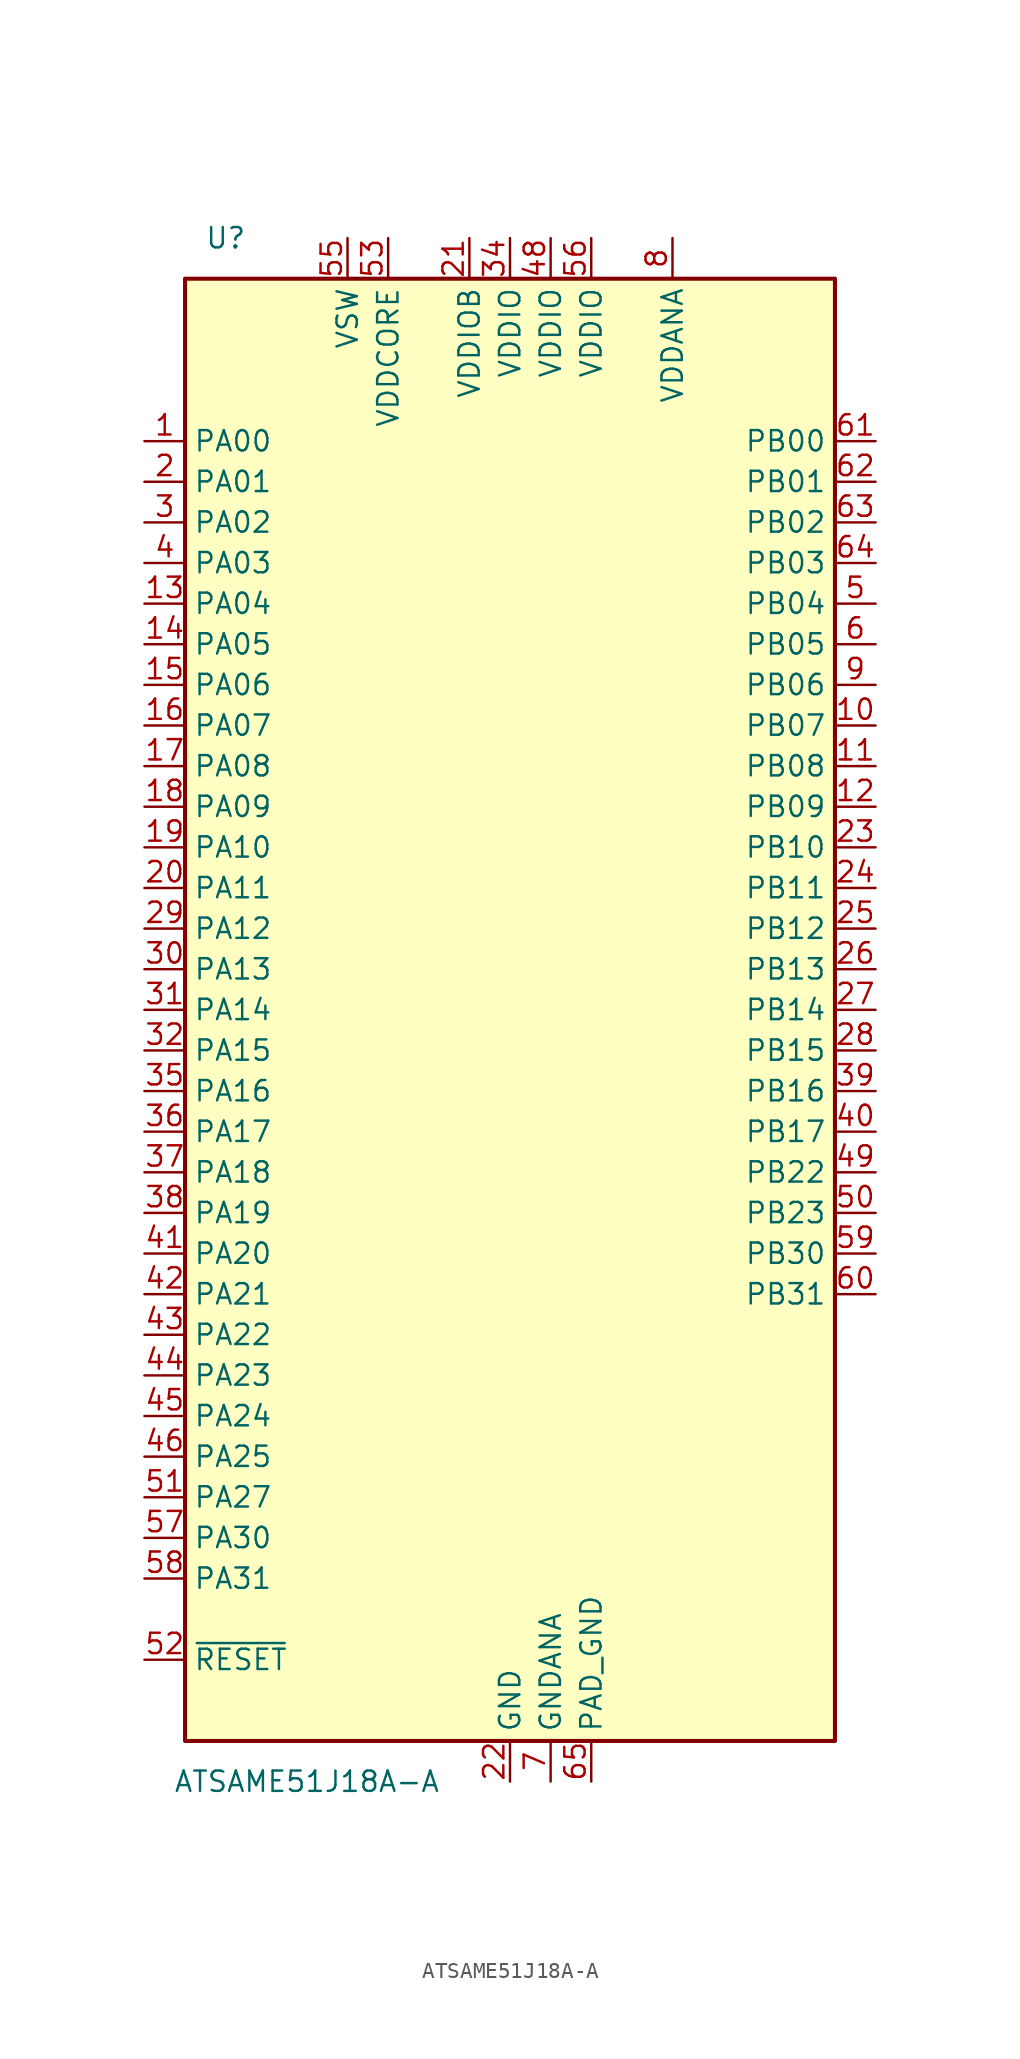
<source format=kicad_sym>
(kicad_symbol_lib
  (version 20220914)
  (generator kicad_symbol_editor)
  (symbol "ATSAME51J18A-A"
    (property "Reference" "U"
      (at -17.78 48.26 0)
      (effects (font (size 1.27 1.27))))
    (property "Value" "ATSAME51J18A-A"
      (at -12.7 -48.26 0)
      (effects (font (size 1.27 1.27))))
    (symbol "ATSAME51J18A-A_0_1"
      (rectangle (start -20.32 45.72) (end 20.32 -45.72) (stroke (width 0.254) (type default)) (fill (type background))))
    (symbol "ATSAME51J18A-A_1_0"
      (pin bidirectional line (at 22.86 27.94 180) (length 2.54) (name "PB03" (effects (font (size 1.27 1.27)))) (number "64" (effects (font (size 1.27 1.27))))))
    (symbol "ATSAME51J18A-A_1_1"
      (pin bidirectional line (at -22.86 35.56 0) (length 2.54) (name "PA00" (effects (font (size 1.27 1.27)))) (number "1" (effects (font (size 1.27 1.27)))))
      (pin bidirectional line (at 22.86 17.78 180) (length 2.54) (name "PB07" (effects (font (size 1.27 1.27)))) (number "10" (effects (font (size 1.27 1.27)))))
      (pin bidirectional line (at 22.86 15.24 180) (length 2.54) (name "PB08" (effects (font (size 1.27 1.27)))) (number "11" (effects (font (size 1.27 1.27)))))
      (pin bidirectional line (at 22.86 12.7 180) (length 2.54) (name "PB09" (effects (font (size 1.27 1.27)))) (number "12" (effects (font (size 1.27 1.27)))))
      (pin bidirectional line (at -22.86 25.4 0) (length 2.54) (name "PA04" (effects (font (size 1.27 1.27)))) (number "13" (effects (font (size 1.27 1.27)))))
      (pin bidirectional line (at -22.86 22.86 0) (length 2.54) (name "PA05" (effects (font (size 1.27 1.27)))) (number "14" (effects (font (size 1.27 1.27)))))
      (pin bidirectional line (at -22.86 20.32 0) (length 2.54) (name "PA06" (effects (font (size 1.27 1.27)))) (number "15" (effects (font (size 1.27 1.27)))))
      (pin bidirectional line (at -22.86 17.78 0) (length 2.54) (name "PA07" (effects (font (size 1.27 1.27)))) (number "16" (effects (font (size 1.27 1.27)))))
      (pin bidirectional line (at -22.86 15.24 0) (length 2.54) (name "PA08" (effects (font (size 1.27 1.27)))) (number "17" (effects (font (size 1.27 1.27)))))
      (pin bidirectional line (at -22.86 12.7 0) (length 2.54) (name "PA09" (effects (font (size 1.27 1.27)))) (number "18" (effects (font (size 1.27 1.27)))))
      (pin bidirectional line (at -22.86 10.16 0) (length 2.54) (name "PA10" (effects (font (size 1.27 1.27)))) (number "19" (effects (font (size 1.27 1.27)))))
      (pin bidirectional line (at -22.86 33.02 0) (length 2.54) (name "PA01" (effects (font (size 1.27 1.27)))) (number "2" (effects (font (size 1.27 1.27)))))
      (pin bidirectional line (at -22.86 7.62 0) (length 2.54) (name "PA11" (effects (font (size 1.27 1.27)))) (number "20" (effects (font (size 1.27 1.27)))))
      (pin power_in line (at -2.54 48.26 270) (length 2.54) (name "VDDIOB" (effects (font (size 1.27 1.27)))) (number "21" (effects (font (size 1.27 1.27)))))
      (pin power_in line (at 0 -48.26 90) (length 2.54) (name "GND" (effects (font (size 1.27 1.27)))) (number "22" (effects (font (size 1.27 1.27)))))
      (pin bidirectional line (at 22.86 10.16 180) (length 2.54) (name "PB10" (effects (font (size 1.27 1.27)))) (number "23" (effects (font (size 1.27 1.27)))))
      (pin bidirectional line (at 22.86 7.62 180) (length 2.54) (name "PB11" (effects (font (size 1.27 1.27)))) (number "24" (effects (font (size 1.27 1.27)))))
      (pin bidirectional line (at 22.86 5.08 180) (length 2.54) (name "PB12" (effects (font (size 1.27 1.27)))) (number "25" (effects (font (size 1.27 1.27)))))
      (pin bidirectional line (at 22.86 2.54 180) (length 2.54) (name "PB13" (effects (font (size 1.27 1.27)))) (number "26" (effects (font (size 1.27 1.27)))))
      (pin bidirectional line (at 22.86 0 180) (length 2.54) (name "PB14" (effects (font (size 1.27 1.27)))) (number "27" (effects (font (size 1.27 1.27)))))
      (pin bidirectional line (at 22.86 -2.54 180) (length 2.54) (name "PB15" (effects (font (size 1.27 1.27)))) (number "28" (effects (font (size 1.27 1.27)))))
      (pin bidirectional line (at -22.86 5.08 0) (length 2.54) (name "PA12" (effects (font (size 1.27 1.27)))) (number "29" (effects (font (size 1.27 1.27)))))
      (pin bidirectional line (at -22.86 30.48 0) (length 2.54) (name "PA02" (effects (font (size 1.27 1.27)))) (number "3" (effects (font (size 1.27 1.27)))))
      (pin bidirectional line (at -22.86 2.54 0) (length 2.54) (name "PA13" (effects (font (size 1.27 1.27)))) (number "30" (effects (font (size 1.27 1.27)))))
      (pin bidirectional line (at -22.86 0 0) (length 2.54) (name "PA14" (effects (font (size 1.27 1.27)))) (number "31" (effects (font (size 1.27 1.27)))))
      (pin bidirectional line (at -22.86 -2.54 0) (length 2.54) (name "PA15" (effects (font (size 1.27 1.27)))) (number "32" (effects (font (size 1.27 1.27)))))
      (pin passive line (at 0 -48.26 90) (length 2.54) hide (name "GND" (effects (font (size 1.27 1.27)))) (number "33" (effects (font (size 1.27 1.27)))))
      (pin power_in line (at 0 48.26 270) (length 2.54) (name "VDDIO" (effects (font (size 1.27 1.27)))) (number "34" (effects (font (size 1.27 1.27)))))
      (pin bidirectional line (at -22.86 -5.08 0) (length 2.54) (name "PA16" (effects (font (size 1.27 1.27)))) (number "35" (effects (font (size 1.27 1.27)))))
      (pin bidirectional line (at -22.86 -7.62 0) (length 2.54) (name "PA17" (effects (font (size 1.27 1.27)))) (number "36" (effects (font (size 1.27 1.27)))))
      (pin bidirectional line (at -22.86 -10.16 0) (length 2.54) (name "PA18" (effects (font (size 1.27 1.27)))) (number "37" (effects (font (size 1.27 1.27)))))
      (pin bidirectional line (at -22.86 -12.7 0) (length 2.54) (name "PA19" (effects (font (size 1.27 1.27)))) (number "38" (effects (font (size 1.27 1.27)))))
      (pin bidirectional line (at 22.86 -5.08 180) (length 2.54) (name "PB16" (effects (font (size 1.27 1.27)))) (number "39" (effects (font (size 1.27 1.27)))))
      (pin bidirectional line (at -22.86 27.94 0) (length 2.54) (name "PA03" (effects (font (size 1.27 1.27)))) (number "4" (effects (font (size 1.27 1.27)))))
      (pin bidirectional line (at 22.86 -7.62 180) (length 2.54) (name "PB17" (effects (font (size 1.27 1.27)))) (number "40" (effects (font (size 1.27 1.27)))))
      (pin bidirectional line (at -22.86 -15.24 0) (length 2.54) (name "PA20" (effects (font (size 1.27 1.27)))) (number "41" (effects (font (size 1.27 1.27)))))
      (pin bidirectional line (at -22.86 -17.78 0) (length 2.54) (name "PA21" (effects (font (size 1.27 1.27)))) (number "42" (effects (font (size 1.27 1.27)))))
      (pin bidirectional line (at -22.86 -20.32 0) (length 2.54) (name "PA22" (effects (font (size 1.27 1.27)))) (number "43" (effects (font (size 1.27 1.27)))))
      (pin bidirectional line (at -22.86 -22.86 0) (length 2.54) (name "PA23" (effects (font (size 1.27 1.27)))) (number "44" (effects (font (size 1.27 1.27)))))
      (pin bidirectional line (at -22.86 -25.4 0) (length 2.54) (name "PA24" (effects (font (size 1.27 1.27)))) (number "45" (effects (font (size 1.27 1.27)))))
      (pin bidirectional line (at -22.86 -27.94 0) (length 2.54) (name "PA25" (effects (font (size 1.27 1.27)))) (number "46" (effects (font (size 1.27 1.27)))))
      (pin passive line (at 0 -48.26 90) (length 2.54) hide (name "GND" (effects (font (size 1.27 1.27)))) (number "47" (effects (font (size 1.27 1.27)))))
      (pin power_in line (at 2.54 48.26 270) (length 2.54) (name "VDDIO" (effects (font (size 1.27 1.27)))) (number "48" (effects (font (size 1.27 1.27)))))
      (pin bidirectional line (at 22.86 -10.16 180) (length 2.54) (name "PB22" (effects (font (size 1.27 1.27)))) (number "49" (effects (font (size 1.27 1.27)))))
      (pin bidirectional line (at 22.86 25.4 180) (length 2.54) (name "PB04" (effects (font (size 1.27 1.27)))) (number "5" (effects (font (size 1.27 1.27)))))
      (pin bidirectional line (at 22.86 -12.7 180) (length 2.54) (name "PB23" (effects (font (size 1.27 1.27)))) (number "50" (effects (font (size 1.27 1.27)))))
      (pin bidirectional line (at -22.86 -30.48 0) (length 2.54) (name "PA27" (effects (font (size 1.27 1.27)))) (number "51" (effects (font (size 1.27 1.27)))))
      (pin input line (at -22.86 -40.64 0) (length 2.54) (name "~{RESET}" (effects (font (size 1.27 1.27)))) (number "52" (effects (font (size 1.27 1.27)))))
      (pin power_out line (at -7.62 48.26 270) (length 2.54) (name "VDDCORE" (effects (font (size 1.27 1.27)))) (number "53" (effects (font (size 1.27 1.27)))))
      (pin passive line (at 0 -48.26 90) (length 2.54) hide (name "GND" (effects (font (size 1.27 1.27)))) (number "54" (effects (font (size 1.27 1.27)))))
      (pin power_in line (at -10.16 48.26 270) (length 2.54) (name "VSW" (effects (font (size 1.27 1.27)))) (number "55" (effects (font (size 1.27 1.27)))))
      (pin power_in line (at 5.08 48.26 270) (length 2.54) (name "VDDIO" (effects (font (size 1.27 1.27)))) (number "56" (effects (font (size 1.27 1.27)))))
      (pin bidirectional line (at -22.86 -33.02 0) (length 2.54) (name "PA30" (effects (font (size 1.27 1.27)))) (number "57" (effects (font (size 1.27 1.27)))))
      (pin bidirectional line (at -22.86 -35.56 0) (length 2.54) (name "PA31" (effects (font (size 1.27 1.27)))) (number "58" (effects (font (size 1.27 1.27)))))
      (pin bidirectional line (at 22.86 -15.24 180) (length 2.54) (name "PB30" (effects (font (size 1.27 1.27)))) (number "59" (effects (font (size 1.27 1.27)))))
      (pin bidirectional line (at 22.86 22.86 180) (length 2.54) (name "PB05" (effects (font (size 1.27 1.27)))) (number "6" (effects (font (size 1.27 1.27)))))
      (pin bidirectional line (at 22.86 -17.78 180) (length 2.54) (name "PB31" (effects (font (size 1.27 1.27)))) (number "60" (effects (font (size 1.27 1.27)))))
      (pin bidirectional line (at 22.86 35.56 180) (length 2.54) (name "PB00" (effects (font (size 1.27 1.27)))) (number "61" (effects (font (size 1.27 1.27)))))
      (pin bidirectional line (at 22.86 33.02 180) (length 2.54) (name "PB01" (effects (font (size 1.27 1.27)))) (number "62" (effects (font (size 1.27 1.27)))))
      (pin bidirectional line (at 22.86 30.48 180) (length 2.54) (name "PB02" (effects (font (size 1.27 1.27)))) (number "63" (effects (font (size 1.27 1.27)))))
      (pin power_out line (at 5.08 -48.26 90) (length 2.54) (name "PAD_GND" (effects (font (size 1.27 1.27)))) (number "65" (effects (font (size 1.27 1.27)))))
      (pin power_in line (at 2.54 -48.26 90) (length 2.54) (name "GNDANA" (effects (font (size 1.27 1.27)))) (number "7" (effects (font (size 1.27 1.27)))))
      (pin power_in line (at 10.16 48.26 270) (length 2.54) (name "VDDANA" (effects (font (size 1.27 1.27)))) (number "8" (effects (font (size 1.27 1.27)))))
      (pin bidirectional line (at 22.86 20.32 180) (length 2.54) (name "PB06" (effects (font (size 1.27 1.27)))) (number "9" (effects (font (size 1.27 1.27))))))))
</source>
